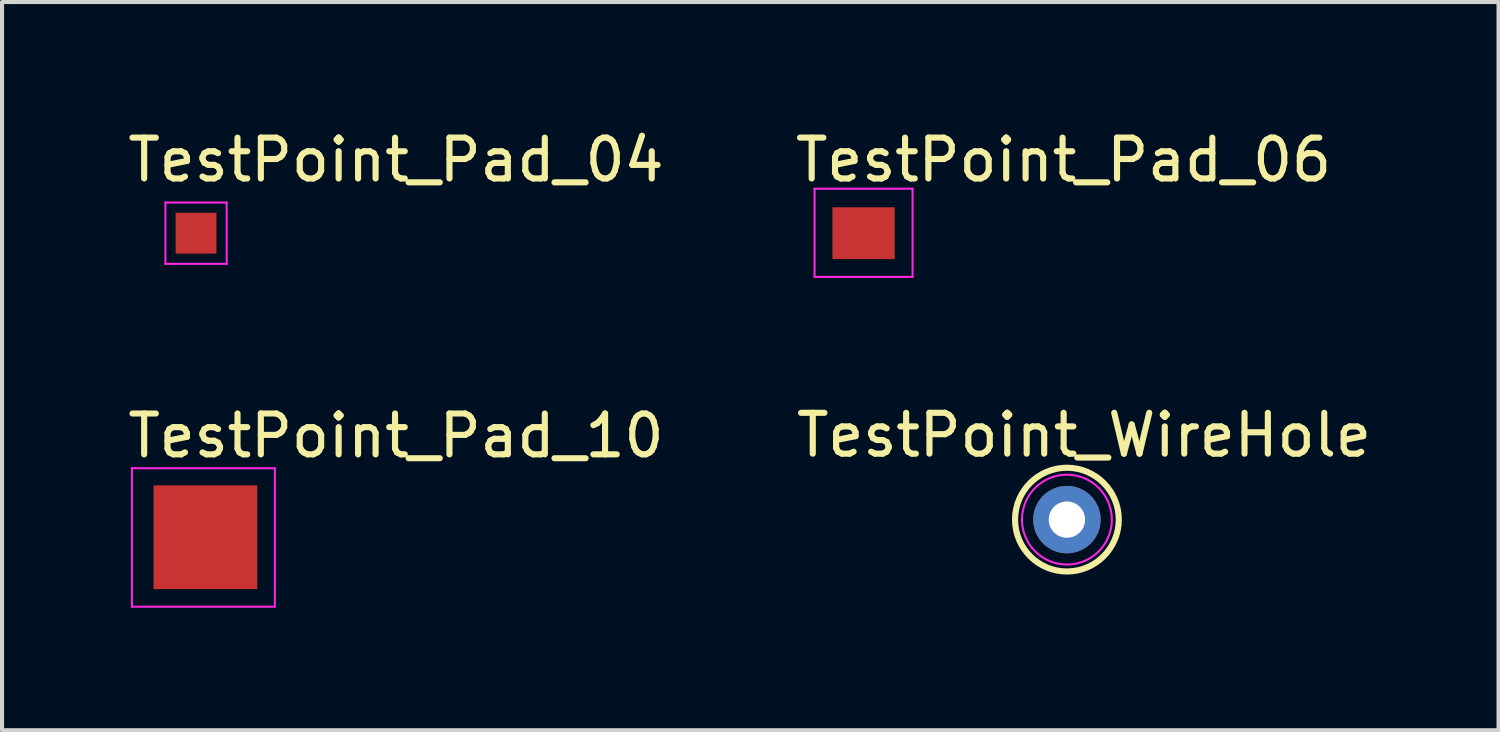
<source format=kicad_pcb>
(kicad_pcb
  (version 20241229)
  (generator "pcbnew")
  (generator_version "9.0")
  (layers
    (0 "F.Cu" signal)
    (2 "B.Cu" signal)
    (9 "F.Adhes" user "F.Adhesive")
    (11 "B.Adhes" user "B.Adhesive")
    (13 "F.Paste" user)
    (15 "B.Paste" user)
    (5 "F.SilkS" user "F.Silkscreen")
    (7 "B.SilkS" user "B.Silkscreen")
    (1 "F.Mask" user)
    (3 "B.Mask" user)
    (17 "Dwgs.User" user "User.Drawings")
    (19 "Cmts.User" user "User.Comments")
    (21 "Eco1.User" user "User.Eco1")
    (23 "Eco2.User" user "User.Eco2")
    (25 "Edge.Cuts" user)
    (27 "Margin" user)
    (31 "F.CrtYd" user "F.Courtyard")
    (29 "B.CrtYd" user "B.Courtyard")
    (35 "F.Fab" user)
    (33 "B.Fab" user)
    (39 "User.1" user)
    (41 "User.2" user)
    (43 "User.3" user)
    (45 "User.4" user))
  (footprint "TestPoint_Pad_06"
    (layer "F.Cu")
    (at 18.095 2.66)
    (property "Reference" "TestPoint_Pad_06" (at -1.75 -1.21 0) (layer "F.SilkS") (effects (font (size 1 1) (thickness 0.15)) (justify left bottom)))
    (attr smd)
    (fp_line (start -1.2 -1.09) (end 1.2 -1.09) (stroke (width 0.05) (type solid)) (layer "F.CrtYd"))
    (fp_line (start -1.2 1.07) (end -1.2 -1.09) (stroke (width 0.05) (type solid)) (layer "F.CrtYd"))
    (fp_line (start 1.2 -1.09) (end 1.2 1.07) (stroke (width 0.05) (type solid)) (layer "F.CrtYd"))
    (fp_line (start 1.2 1.07) (end -1.2 1.07) (stroke (width 0.05) (type solid)) (layer "F.CrtYd"))
    (pad "1" smd rect (at 0 0) (size 1.524 1.27) (layers "F.Cu" "F.Mask" "F.Paste")))
  (footprint "TestPoint_Pad_04"
    (layer "F.Cu")
    (at 1.75 2.66)
    (property "Reference" "TestPoint_Pad_04" (at -1.75 -1.21 0) (layer "F.SilkS") (effects (font (size 1 1) (thickness 0.15)) (justify left bottom)))
    (attr smd)
    (fp_line (start -0.75 -0.75) (end -0.75 0.75) (stroke (width 0.05) (type solid)) (layer "F.CrtYd"))
    (fp_line (start -0.75 -0.75) (end 0.75 -0.75) (stroke (width 0.05) (type solid)) (layer "F.CrtYd"))
    (fp_line (start -0.75 0.75) (end 0.75 0.75) (stroke (width 0.05) (type solid)) (layer "F.CrtYd"))
    (fp_line (start 0.75 -0.75) (end 0.75 0.75) (stroke (width 0.05) (type solid)) (layer "F.CrtYd"))
    (pad "1" smd rect (at 0 0) (size 1 1) (layers "F.Cu" "F.Mask" "F.Paste")))
  (footprint "TestPoint_WireHole"
    (layer "F.Cu")
    (at 23.074 9.673)
    (property "Reference" "TestPoint_WireHole" (at 0.42 -2.07 0) (layer "F.SilkS") (effects (font (size 1 1) (thickness 0.15))))
    (attr through_hole)
    (fp_circle (center 0 0) (end 0 -1.27) (stroke (width 0.15) (type solid)) (fill no) (layer "F.SilkS"))
    (fp_circle (center 0 0) (end 0 -1.1) (stroke (width 0.05) (type solid)) (fill no) (layer "F.CrtYd"))
    (pad "1" thru_hole circle (at 0 0) (size 1.651 1.651) (drill 0.889) (layers "*.Cu" "*.Mask")))
  (footprint "TestPoint_Pad_10"
    (layer "F.Cu")
    (at 1.98 10.105)
    (property "Reference" "TestPoint_Pad_10" (at -1.98 -1.9 0) (layer "F.SilkS") (effects (font (size 1 1) (thickness 0.15)) (justify left bottom)))
    (attr smd)
    (fp_line (start -1.8 -1.69) (end -1.7 -1.69) (stroke (width 0.05) (type solid)) (layer "F.CrtYd"))
    (fp_line (start -1.8 1.7) (end -1.8 -1.69) (stroke (width 0.05) (type solid)) (layer "F.CrtYd"))
    (fp_line (start -1.7 -1.69) (end 1.7 -1.69) (stroke (width 0.05) (type solid)) (layer "F.CrtYd"))
    (fp_line (start 1.7 -1.69) (end 1.7 1.7) (stroke (width 0.05) (type solid)) (layer "F.CrtYd"))
    (fp_line (start 1.7 1.7) (end -1.8 1.7) (stroke (width 0.05) (type solid)) (layer "F.CrtYd"))
    (pad "1" smd rect (at 0 0) (size 2.54 2.54) (layers "F.Cu" "F.Mask" "F.Paste")))
  (gr_rect
    (start -3 -3)
    (end 33.643 14.83)
    (stroke (width 0.1) (type default))
    (fill no)
    (layer "Edge.Cuts")))
</source>
